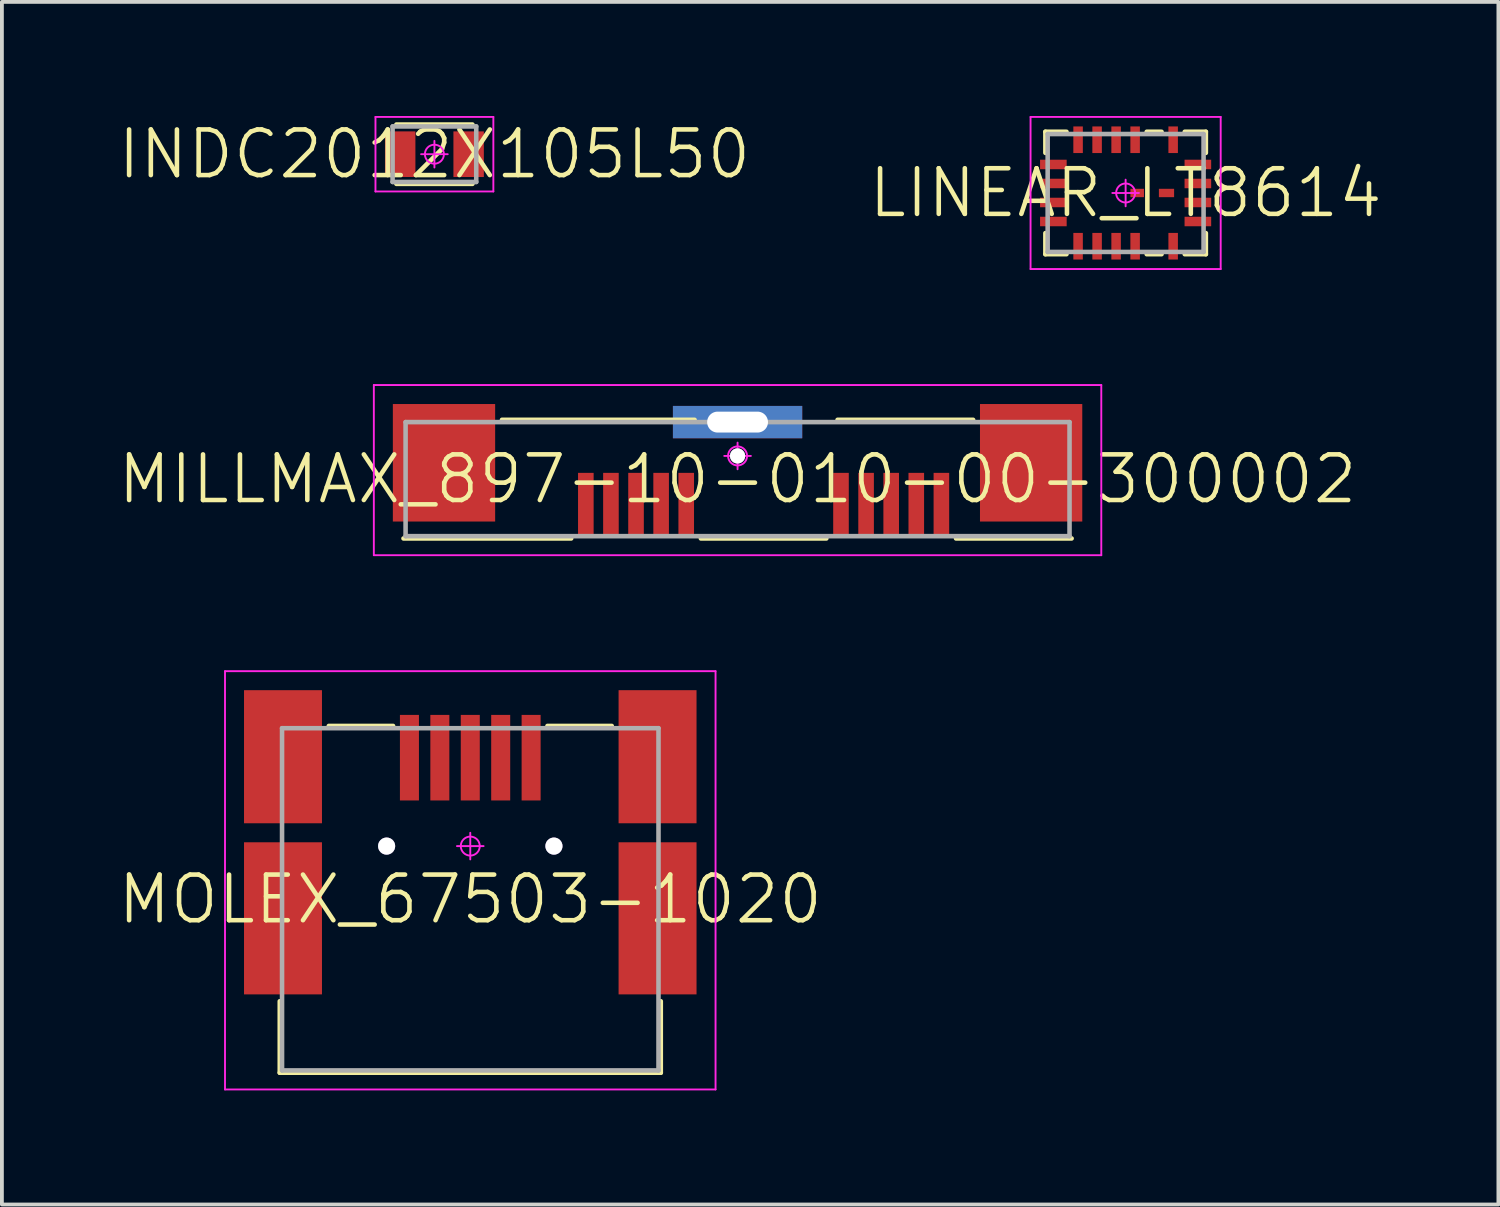
<source format=kicad_pcb>
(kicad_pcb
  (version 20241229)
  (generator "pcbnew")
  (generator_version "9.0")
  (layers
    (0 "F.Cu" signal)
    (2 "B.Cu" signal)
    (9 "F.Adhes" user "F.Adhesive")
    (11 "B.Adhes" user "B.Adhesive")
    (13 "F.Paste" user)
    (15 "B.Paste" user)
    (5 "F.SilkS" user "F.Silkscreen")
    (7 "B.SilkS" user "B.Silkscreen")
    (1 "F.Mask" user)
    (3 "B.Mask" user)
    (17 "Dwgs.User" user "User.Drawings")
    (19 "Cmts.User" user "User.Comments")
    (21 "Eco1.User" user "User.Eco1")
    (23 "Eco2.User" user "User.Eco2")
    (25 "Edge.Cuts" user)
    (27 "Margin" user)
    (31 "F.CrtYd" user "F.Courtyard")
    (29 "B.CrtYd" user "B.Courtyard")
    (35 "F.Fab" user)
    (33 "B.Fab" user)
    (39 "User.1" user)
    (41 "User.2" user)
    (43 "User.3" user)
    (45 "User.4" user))
  (footprint "MOLEX_67503-1020"
    (layer "F.Cu")
    (at 9.317 19.2)
    (property "Reference" "MOLEX_67503-1020" (at 0 1.4 0) (layer "F.SilkS") (effects (font (size 1.2 1.2) (thickness 0.12))))
    (attr through_hole)
    (fp_line (start -5.01 5.96) (end -5.01 4.08) (stroke (width 0.12) (type solid)) (layer "F.SilkS"))
    (fp_line (start -3.72 -3.16) (end -2.03 -3.16) (stroke (width 0.12) (type solid)) (layer "F.SilkS"))
    (fp_line (start 2.03 -3.16) (end 3.72 -3.16) (stroke (width 0.12) (type solid)) (layer "F.SilkS"))
    (fp_line (start 5.01 4.08) (end 5.01 5.96) (stroke (width 0.12) (type solid)) (layer "F.SilkS"))
    (fp_line (start 5.01 5.96) (end -5.01 5.96) (stroke (width 0.12) (type solid)) (layer "F.SilkS"))
    (fp_line (start -6.45 -4.6) (end 6.45 -4.6) (stroke (width 0.05) (type solid)) (layer "F.CrtYd"))
    (fp_line (start -6.45 6.4) (end -6.45 -4.6) (stroke (width 0.05) (type solid)) (layer "F.CrtYd"))
    (fp_line (start 0 -0.35) (end 0 0.35) (stroke (width 0.05) (type solid)) (layer "F.CrtYd"))
    (fp_line (start 0.35 0) (end -0.35 0) (stroke (width 0.05) (type solid)) (layer "F.CrtYd"))
    (fp_line (start 6.45 -4.6) (end 6.45 6.4) (stroke (width 0.05) (type solid)) (layer "F.CrtYd"))
    (fp_line (start 6.45 6.4) (end -6.45 6.4) (stroke (width 0.05) (type solid)) (layer "F.CrtYd"))
    (fp_circle (center 0 0) (end 0 0.25) (stroke (width 0.05) (type solid)) (fill no) (layer "F.CrtYd"))
    (fp_line (start -4.95 -3.1) (end 4.95 -3.1) (stroke (width 0.12) (type solid)) (layer "F.Fab"))
    (fp_line (start -4.95 5.9) (end -4.95 -3.1) (stroke (width 0.12) (type solid)) (layer "F.Fab"))
    (fp_line (start 4.95 -3.1) (end 4.95 5.9) (stroke (width 0.12) (type solid)) (layer "F.Fab"))
    (fp_line (start 4.95 5.9) (end -4.95 5.9) (stroke (width 0.12) (type solid)) (layer "F.Fab"))
    (pad "1" smd rect (at -1.6 -2.325) (size 0.5 2.25) (layers "F.Cu" "F.Mask" "F.Paste"))
    (pad "2" smd rect (at -0.8 -2.325) (size 0.5 2.25) (layers "F.Cu" "F.Mask" "F.Paste"))
    (pad "3" smd rect (at 0 -2.325) (size 0.5 2.25) (layers "F.Cu" "F.Mask" "F.Paste"))
    (pad "4" smd rect (at 0.8 -2.325) (size 0.5 2.25) (layers "F.Cu" "F.Mask" "F.Paste"))
    (pad "5" smd rect (at 1.6 -2.325) (size 0.5 2.25) (layers "F.Cu" "F.Mask" "F.Paste"))
    (pad "6" smd rect (at -4.925 -2.35) (size 2.05 3.5) (layers "F.Cu" "F.Mask" "F.Paste"))
    (pad "7" smd rect (at 4.925 -2.35) (size 2.05 3.5) (layers "F.Cu" "F.Mask" "F.Paste"))
    (pad "8" smd rect (at -4.925 1.9) (size 2.05 4) (layers "F.Cu" "F.Mask" "F.Paste"))
    (pad "9" smd rect (at 4.925 1.9) (size 2.05 4) (layers "F.Cu" "F.Mask" "F.Paste"))
    (pad "10" thru_hole circle (at -2.2 0) (size 0.45 0.45) (drill 0.9) (layers "*.Cu" "*.Mask"))
    (pad "11" thru_hole circle (at 2.2 0) (size 0.45 0.45) (drill 0.9) (layers "*.Cu" "*.Mask")))
  (footprint "INDC2012X105L50"
    (layer "F.Cu")
    (at 8.374 1.005)
    (property "Reference" "INDC2012X105L50" (at 0 0 0) (layer "F.SilkS") (effects (font (size 1.2 1.2) (thickness 0.12))))
    (attr smd)
    (fp_line (start 1 -0.78) (end -1 -0.78) (stroke (width 0.12) (type solid)) (layer "F.SilkS"))
    (fp_line (start 1 0.78) (end -1 0.78) (stroke (width 0.12) (type solid)) (layer "F.SilkS"))
    (fp_line (start -1.55 -0.98) (end 1.55 -0.98) (stroke (width 0.05) (type solid)) (layer "F.CrtYd"))
    (fp_line (start -1.55 0.98) (end -1.55 -0.98) (stroke (width 0.05) (type solid)) (layer "F.CrtYd"))
    (fp_line (start 0 -0.35) (end 0 0.35) (stroke (width 0.05) (type solid)) (layer "F.CrtYd"))
    (fp_line (start 0.35 0) (end -0.35 0) (stroke (width 0.05) (type solid)) (layer "F.CrtYd"))
    (fp_line (start 1.55 -0.98) (end 1.55 0.98) (stroke (width 0.05) (type solid)) (layer "F.CrtYd"))
    (fp_line (start 1.55 0.98) (end -1.55 0.98) (stroke (width 0.05) (type solid)) (layer "F.CrtYd"))
    (fp_circle (center 0 0) (end 0 0.25) (stroke (width 0.05) (type solid)) (fill no) (layer "F.CrtYd"))
    (fp_line (start -1.1 -0.73) (end 1.1 -0.73) (stroke (width 0.12) (type solid)) (layer "F.Fab"))
    (fp_line (start -1.1 0.73) (end -1.1 -0.73) (stroke (width 0.12) (type solid)) (layer "F.Fab"))
    (fp_line (start 1.1 -0.73) (end 1.1 0.73) (stroke (width 0.12) (type solid)) (layer "F.Fab"))
    (fp_line (start 1.1 0.73) (end -1.1 0.73) (stroke (width 0.12) (type solid)) (layer "F.Fab"))
    (pad "1" smd rect (at -0.9 0) (size 0.8 1.2) (layers "F.Cu" "F.Mask" "F.Paste"))
    (pad "2" smd rect (at 0.9 0) (size 0.8 1.2) (layers "F.Cu" "F.Mask" "F.Paste")))
  (footprint "LINEAR_LT8614"
    (layer "F.Cu")
    (at 26.551 2.025)
    (property "Reference" "LINEAR_LT8614" (at 0 0 0) (layer "F.SilkS") (effects (font (size 1.2 1.2) (thickness 0.12))))
    (attr smd)
    (fp_line (start -2.11 -1.61) (end -1.555 -1.61) (stroke (width 0.12) (type solid)) (layer "F.SilkS"))
    (fp_line (start -2.11 -1.055) (end -2.11 -1.61) (stroke (width 0.12) (type solid)) (layer "F.SilkS"))
    (fp_line (start -2.11 1.61) (end -2.11 1.055) (stroke (width 0.12) (type solid)) (layer "F.SilkS"))
    (fp_line (start -1.555 1.61) (end -2.11 1.61) (stroke (width 0.12) (type solid)) (layer "F.SilkS"))
    (fp_line (start 0.555 -1.61) (end 0.945 -1.61) (stroke (width 0.12) (type solid)) (layer "F.SilkS"))
    (fp_line (start 0.555 1.61) (end 0.945 1.61) (stroke (width 0.12) (type solid)) (layer "F.SilkS"))
    (fp_line (start 1.555 -1.61) (end 2.11 -1.61) (stroke (width 0.12) (type solid)) (layer "F.SilkS"))
    (fp_line (start 2.11 -1.61) (end 2.11 -1.055) (stroke (width 0.12) (type solid)) (layer "F.SilkS"))
    (fp_line (start 2.11 1.055) (end 2.11 1.61) (stroke (width 0.12) (type solid)) (layer "F.SilkS"))
    (fp_line (start 2.11 1.61) (end 1.555 1.61) (stroke (width 0.12) (type solid)) (layer "F.SilkS"))
    (fp_line (start -2.5 -2) (end 2.5 -2) (stroke (width 0.05) (type solid)) (layer "F.CrtYd"))
    (fp_line (start -2.5 2) (end -2.5 -2) (stroke (width 0.05) (type solid)) (layer "F.CrtYd"))
    (fp_line (start 0 -0.35) (end 0 0.35) (stroke (width 0.05) (type solid)) (layer "F.CrtYd"))
    (fp_line (start 0.35 0) (end -0.35 0) (stroke (width 0.05) (type solid)) (layer "F.CrtYd"))
    (fp_line (start 2.5 -2) (end 2.5 2) (stroke (width 0.05) (type solid)) (layer "F.CrtYd"))
    (fp_line (start 2.5 2) (end -2.5 2) (stroke (width 0.05) (type solid)) (layer "F.CrtYd"))
    (fp_circle (center 0 0) (end 0 0.25) (stroke (width 0.05) (type solid)) (fill no) (layer "F.CrtYd"))
    (fp_line (start -2.05 -1.55) (end 2.05 -1.55) (stroke (width 0.12) (type solid)) (layer "F.Fab"))
    (fp_line (start -2.05 1.55) (end -2.05 -1.55) (stroke (width 0.12) (type solid)) (layer "F.Fab"))
    (fp_line (start 2.05 -1.55) (end 2.05 1.55) (stroke (width 0.12) (type solid)) (layer "F.Fab"))
    (fp_line (start 2.05 1.55) (end -2.05 1.55) (stroke (width 0.12) (type solid)) (layer "F.Fab"))
    (pad "1" smd rect (at -1.25 1.4) (size 0.25 0.7) (layers "F.Cu" "F.Mask" "F.Paste"))
    (pad "2" smd rect (at -0.75 1.4) (size 0.25 0.7) (layers "F.Cu" "F.Mask" "F.Paste"))
    (pad "3" smd rect (at -0.25 1.4) (size 0.25 0.7) (layers "F.Cu" "F.Mask" "F.Paste"))
    (pad "4" smd rect (at 0.25 1.4) (size 0.25 0.7) (layers "F.Cu" "F.Mask" "F.Paste"))
    (pad "6" smd rect (at 1.25 1.4) (size 0.25 0.7) (layers "F.Cu" "F.Mask" "F.Paste"))
    (pad "7" smd rect (at 1.9 0.75 90) (size 0.25 0.7) (layers "F.Cu" "F.Mask" "F.Paste"))
    (pad "8" smd rect (at 1.9 0.25 90) (size 0.25 0.7) (layers "F.Cu" "F.Mask" "F.Paste"))
    (pad "9" smd rect (at 1.9 -0.25 90) (size 0.25 0.7) (layers "F.Cu" "F.Mask" "F.Paste"))
    (pad "10" smd rect (at 1.9 -0.75 90) (size 0.25 0.7) (layers "F.Cu" "F.Mask" "F.Paste"))
    (pad "11" smd rect (at 1.25 -1.4) (size 0.25 0.7) (layers "F.Cu" "F.Mask" "F.Paste"))
    (pad "13" smd rect (at 0.25 -1.4) (size 0.25 0.7) (layers "F.Cu" "F.Mask" "F.Paste"))
    (pad "14" smd rect (at -0.25 -1.4) (size 0.25 0.7) (layers "F.Cu" "F.Mask" "F.Paste"))
    (pad "15" smd rect (at -0.75 -1.4) (size 0.25 0.7) (layers "F.Cu" "F.Mask" "F.Paste"))
    (pad "16" smd rect (at -1.25 -1.4) (size 0.25 0.7) (layers "F.Cu" "F.Mask" "F.Paste"))
    (pad "17" smd rect (at -1.9 -0.75 90) (size 0.25 0.7) (layers "F.Cu" "F.Mask" "F.Paste"))
    (pad "18" smd rect (at -1.9 -0.25 90) (size 0.25 0.7) (layers "F.Cu" "F.Mask" "F.Paste"))
    (pad "19" smd rect (at -1.9 0.25 90) (size 0.25 0.7) (layers "F.Cu" "F.Mask" "F.Paste"))
    (pad "20" smd rect (at -1.9 0.75 90) (size 0.25 0.7) (layers "F.Cu" "F.Mask" "F.Paste"))
    (pad "21" smd rect (at 1.075 0 90) (size 0.22 0.4) (layers "F.Cu" "F.Mask" "F.Paste"))
    (pad "22" smd rect (at 0.305 0 90) (size 0.22 0.356) (layers "F.Cu" "F.Mask" "F.Paste")))
  (footprint "MILLMAX_897-10-010-00-300002"
    (layer "F.Cu")
    (at 16.346 8.94)
    (property "Reference" "MILLMAX_897-10-010-00-300002" (at 0 0.61 0) (layer "F.SilkS") (effects (font (size 1.2 1.2) (thickness 0.12))))
    (attr through_hole)
    (fp_line (start -6.195 -0.95) (end -1.13 -0.95) (stroke (width 0.12) (type solid)) (layer "F.SilkS"))
    (fp_line (start -4.375 2.17) (end -8.785 2.17) (stroke (width 0.12) (type solid)) (layer "F.SilkS"))
    (fp_line (start -0.965 2.17) (end 2.335 2.17) (stroke (width 0.12) (type solid)) (layer "F.SilkS"))
    (fp_line (start 2.63 -0.95) (end 6.195 -0.95) (stroke (width 0.12) (type solid)) (layer "F.SilkS"))
    (fp_line (start 8.785 2.17) (end 5.745 2.17) (stroke (width 0.12) (type solid)) (layer "F.SilkS"))
    (fp_line (start -9.565 -1.865) (end 9.565 -1.865) (stroke (width 0.05) (type solid)) (layer "F.CrtYd"))
    (fp_line (start -9.565 2.61) (end -9.565 -1.865) (stroke (width 0.05) (type solid)) (layer "F.CrtYd"))
    (fp_line (start 0 -0.35) (end 0 0.35) (stroke (width 0.05) (type solid)) (layer "F.CrtYd"))
    (fp_line (start 0.35 0) (end -0.35 0) (stroke (width 0.05) (type solid)) (layer "F.CrtYd"))
    (fp_line (start 9.565 -1.865) (end 9.565 2.61) (stroke (width 0.05) (type solid)) (layer "F.CrtYd"))
    (fp_line (start 9.565 2.61) (end -9.565 2.61) (stroke (width 0.05) (type solid)) (layer "F.CrtYd"))
    (fp_circle (center 0 0) (end 0 0.25) (stroke (width 0.05) (type solid)) (fill no) (layer "F.CrtYd"))
    (fp_line (start -8.73 -0.89) (end 8.73 -0.89) (stroke (width 0.12) (type solid)) (layer "F.Fab"))
    (fp_line (start -8.73 2.11) (end -8.73 -0.89) (stroke (width 0.12) (type solid)) (layer "F.Fab"))
    (fp_line (start 8.73 -0.89) (end 8.73 2.11) (stroke (width 0.12) (type solid)) (layer "F.Fab"))
    (fp_line (start 8.73 2.11) (end -8.73 2.11) (stroke (width 0.12) (type solid)) (layer "F.Fab"))
    (pad "M1" smd rect (at -7.72 0.18) (size 2.69 3.09) (layers "F.Cu" "F.Mask" "F.Paste"))
    (pad "M2" smd rect (at 7.72 0.18) (size 2.69 3.09) (layers "F.Cu" "F.Mask" "F.Paste"))
    (pad "M3" thru_hole rect (at 0 -0.89) (size 3.4 0.85) (drill oval 1.6 0.55) (layers "*.Cu" "*.Mask"))
    (pad "M4" thru_hole circle (at 0 0) (size 0.4 0.4) (drill 0.8) (layers "*.Cu" "*.Mask"))
    (pad "P1" smd rect (at -3.99 1.27) (size 0.41 1.65) (layers "F.Cu" "F.Mask" "F.Paste"))
    (pad "P2" smd rect (at -3.33 1.27) (size 0.41 1.65) (layers "F.Cu" "F.Mask" "F.Paste"))
    (pad "P3" smd rect (at -2.67 1.27) (size 0.41 1.65) (layers "F.Cu" "F.Mask" "F.Paste"))
    (pad "P4" smd rect (at -2.01 1.27) (size 0.41 1.65) (layers "F.Cu" "F.Mask" "F.Paste"))
    (pad "P5" smd rect (at -1.35 1.27) (size 0.41 1.65) (layers "F.Cu" "F.Mask" "F.Paste"))
    (pad "P6" smd rect (at 2.72 1.27) (size 0.41 1.65) (layers "F.Cu" "F.Mask" "F.Paste"))
    (pad "P7" smd rect (at 3.38 1.27) (size 0.41 1.65) (layers "F.Cu" "F.Mask" "F.Paste"))
    (pad "P8" smd rect (at 4.04 1.27) (size 0.41 1.65) (layers "F.Cu" "F.Mask" "F.Paste"))
    (pad "P9" smd rect (at 4.7 1.27) (size 0.41 1.65) (layers "F.Cu" "F.Mask" "F.Paste"))
    (pad "P10" smd rect (at 5.36 1.27) (size 0.41 1.65) (layers "F.Cu" "F.Mask" "F.Paste")))
  (gr_rect
    (start -3 -3)
    (end 36.354 28.625)
    (stroke (width 0.1) (type default))
    (fill no)
    (layer "Edge.Cuts")))
</source>
